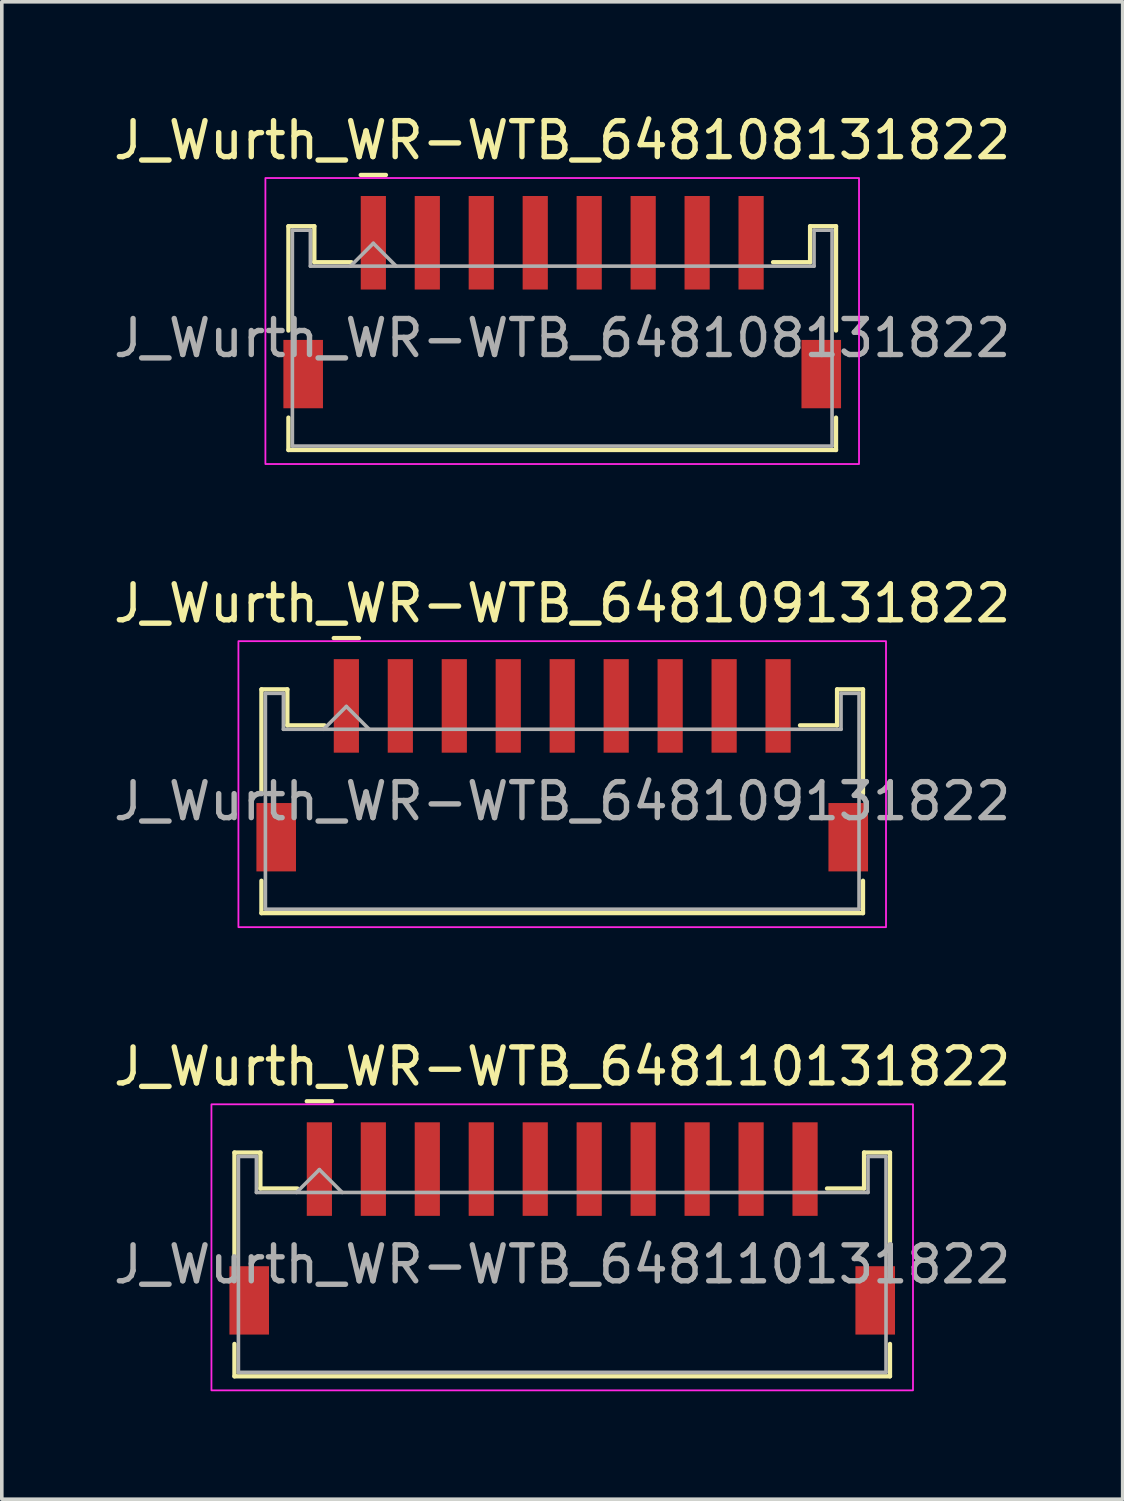
<source format=kicad_pcb>
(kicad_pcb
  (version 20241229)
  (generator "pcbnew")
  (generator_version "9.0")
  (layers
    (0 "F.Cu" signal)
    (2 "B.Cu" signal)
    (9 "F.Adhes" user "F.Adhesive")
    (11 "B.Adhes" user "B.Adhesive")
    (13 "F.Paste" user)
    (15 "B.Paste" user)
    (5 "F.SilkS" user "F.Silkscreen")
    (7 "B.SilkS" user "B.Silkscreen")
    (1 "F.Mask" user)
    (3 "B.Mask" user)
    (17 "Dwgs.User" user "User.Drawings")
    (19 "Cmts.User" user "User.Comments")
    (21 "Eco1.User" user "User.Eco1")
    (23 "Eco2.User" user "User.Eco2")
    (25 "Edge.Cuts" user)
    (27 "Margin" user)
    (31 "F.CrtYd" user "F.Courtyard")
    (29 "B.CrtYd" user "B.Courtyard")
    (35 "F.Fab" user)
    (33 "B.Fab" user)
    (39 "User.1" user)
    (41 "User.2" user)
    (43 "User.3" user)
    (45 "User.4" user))
  (footprint "J_Wurth_WR-WTB_648110131822"
    (layer "F.Cu")
    (at 12.577 32.095)
    (property "Reference" "J_Wurth_WR-WTB_648110131822" (at 0 -5.5 0) (unlocked yes) (layer "F.SilkS") (effects (font (size 1 1) (thickness 0.15))))
    (attr smd)
    (fp_line (start -9.11 -3.11) (end -8.39 -3.11) (stroke (width 0.12) (type solid)) (layer "F.SilkS"))
    (fp_line (start -9.11 -0.21) (end -9.11 -3.11) (stroke (width 0.12) (type solid)) (layer "F.SilkS"))
    (fp_line (start -9.11 3.11) (end -9.11 2.21) (stroke (width 0.12) (type solid)) (layer "F.SilkS"))
    (fp_line (start -8.39 -3.11) (end -8.39 -2.11) (stroke (width 0.12) (type solid)) (layer "F.SilkS"))
    (fp_line (start -8.39 -2.11) (end -7.36 -2.11) (stroke (width 0.12) (type solid)) (layer "F.SilkS"))
    (fp_line (start -7.1 -4.535) (end -6.4 -4.535) (stroke (width 0.12) (type solid)) (layer "F.SilkS"))
    (fp_line (start 7.36 -2.11) (end 8.39 -2.11) (stroke (width 0.12) (type solid)) (layer "F.SilkS"))
    (fp_line (start 8.39 -3.11) (end 8.39 -2.11) (stroke (width 0.12) (type solid)) (layer "F.SilkS"))
    (fp_line (start 9.11 -3.11) (end 8.39 -3.11) (stroke (width 0.12) (type solid)) (layer "F.SilkS"))
    (fp_line (start 9.11 -0.21) (end 9.11 -3.11) (stroke (width 0.12) (type solid)) (layer "F.SilkS"))
    (fp_line (start 9.11 3.11) (end -9.11 3.11) (stroke (width 0.12) (type default)) (layer "F.SilkS"))
    (fp_line (start 9.11 3.11) (end 9.11 2.21) (stroke (width 0.12) (type solid)) (layer "F.SilkS"))
    (fp_rect (start -9.75 -4.45) (end 9.75 3.5) (stroke (width 0.05) (type solid)) (fill no) (layer "F.CrtYd"))
    (fp_line (start -9 -3) (end -8.5 -3) (stroke (width 0.1) (type solid)) (layer "F.Fab"))
    (fp_line (start -9 3) (end -9 -3) (stroke (width 0.1) (type default)) (layer "F.Fab"))
    (fp_line (start -8.5 -3) (end -8.5 -2) (stroke (width 0.1) (type default)) (layer "F.Fab"))
    (fp_line (start -6.75 -2.635) (end -7.385 -2) (stroke (width 0.1) (type default)) (layer "F.Fab"))
    (fp_line (start -6.115 -2) (end -6.75 -2.635) (stroke (width 0.1) (type default)) (layer "F.Fab"))
    (fp_line (start 8.5 -3) (end 8.5 -2) (stroke (width 0.1) (type default)) (layer "F.Fab"))
    (fp_line (start 8.5 -3) (end 9 -3) (stroke (width 0.1) (type solid)) (layer "F.Fab"))
    (fp_line (start 8.5 -2) (end -8.5 -2) (stroke (width 0.1) (type default)) (layer "F.Fab"))
    (fp_line (start 9 -3) (end 9 3) (stroke (width 0.1) (type default)) (layer "F.Fab"))
    (fp_line (start 9 3) (end -9 3) (stroke (width 0.1) (type default)) (layer "F.Fab"))
    (fp_text user "${REFERENCE}" (at 0 0 0) (unlocked yes) (layer "F.Fab") (effects (font (size 1 1) (thickness 0.15))))
    (pad "1" smd rect (at -6.75 -2.65) (size 0.7 2.6) (layers "F.Cu" "F.Mask" "F.Paste"))
    (pad "2" smd rect (at -5.25 -2.65) (size 0.7 2.6) (layers "F.Cu" "F.Mask" "F.Paste"))
    (pad "3" smd rect (at -3.75 -2.65) (size 0.7 2.6) (layers "F.Cu" "F.Mask" "F.Paste"))
    (pad "4" smd rect (at -2.25 -2.65) (size 0.7 2.6) (layers "F.Cu" "F.Mask" "F.Paste"))
    (pad "5" smd rect (at -0.75 -2.65) (size 0.7 2.6) (layers "F.Cu" "F.Mask" "F.Paste"))
    (pad "6" smd rect (at 0.75 -2.65) (size 0.7 2.6) (layers "F.Cu" "F.Mask" "F.Paste"))
    (pad "7" smd rect (at 2.25 -2.65) (size 0.7 2.6) (layers "F.Cu" "F.Mask" "F.Paste"))
    (pad "8" smd rect (at 3.75 -2.65) (size 0.7 2.6) (layers "F.Cu" "F.Mask" "F.Paste"))
    (pad "9" smd rect (at 5.25 -2.65) (size 0.7 2.6) (layers "F.Cu" "F.Mask" "F.Paste"))
    (pad "10" smd rect (at 6.75 -2.65) (size 0.7 2.6) (layers "F.Cu" "F.Mask" "F.Paste"))
    (pad "MP1" smd rect (at -8.7 1) (size 1.1 1.9) (layers "F.Cu" "F.Mask" "F.Paste"))
    (pad "MP2" smd rect (at 8.7 1) (size 1.1 1.9) (layers "F.Cu" "F.Mask" "F.Paste")))
  (footprint "J_Wurth_WR-WTB_648109131822"
    (layer "F.Cu")
    (at 12.577 19.221)
    (property "Reference" "J_Wurth_WR-WTB_648109131822" (at 0 -5.5 0) (unlocked yes) (layer "F.SilkS") (effects (font (size 1 1) (thickness 0.15))))
    (attr smd)
    (fp_line (start -8.36 -3.11) (end -7.64 -3.11) (stroke (width 0.12) (type solid)) (layer "F.SilkS"))
    (fp_line (start -8.36 -0.21) (end -8.36 -3.11) (stroke (width 0.12) (type solid)) (layer "F.SilkS"))
    (fp_line (start -8.36 3.11) (end -8.36 2.21) (stroke (width 0.12) (type solid)) (layer "F.SilkS"))
    (fp_line (start -7.64 -3.11) (end -7.64 -2.11) (stroke (width 0.12) (type solid)) (layer "F.SilkS"))
    (fp_line (start -7.64 -2.11) (end -6.61 -2.11) (stroke (width 0.12) (type solid)) (layer "F.SilkS"))
    (fp_line (start -6.35 -4.535) (end -5.65 -4.535) (stroke (width 0.12) (type solid)) (layer "F.SilkS"))
    (fp_line (start 6.61 -2.11) (end 7.64 -2.11) (stroke (width 0.12) (type solid)) (layer "F.SilkS"))
    (fp_line (start 7.64 -3.11) (end 7.64 -2.11) (stroke (width 0.12) (type solid)) (layer "F.SilkS"))
    (fp_line (start 8.36 -3.11) (end 7.64 -3.11) (stroke (width 0.12) (type solid)) (layer "F.SilkS"))
    (fp_line (start 8.36 -0.21) (end 8.36 -3.11) (stroke (width 0.12) (type solid)) (layer "F.SilkS"))
    (fp_line (start 8.36 3.11) (end -8.36 3.11) (stroke (width 0.12) (type default)) (layer "F.SilkS"))
    (fp_line (start 8.36 3.11) (end 8.36 2.21) (stroke (width 0.12) (type solid)) (layer "F.SilkS"))
    (fp_rect (start -9 -4.45) (end 9 3.5) (stroke (width 0.05) (type solid)) (fill no) (layer "F.CrtYd"))
    (fp_line (start -8.25 -3) (end -7.75 -3) (stroke (width 0.1) (type solid)) (layer "F.Fab"))
    (fp_line (start -8.25 3) (end -8.25 -3) (stroke (width 0.1) (type default)) (layer "F.Fab"))
    (fp_line (start -7.75 -3) (end -7.75 -2) (stroke (width 0.1) (type default)) (layer "F.Fab"))
    (fp_line (start -6 -2.635) (end -6.635 -2) (stroke (width 0.1) (type default)) (layer "F.Fab"))
    (fp_line (start -5.365 -2) (end -6 -2.635) (stroke (width 0.1) (type default)) (layer "F.Fab"))
    (fp_line (start 7.75 -3) (end 7.75 -2) (stroke (width 0.1) (type default)) (layer "F.Fab"))
    (fp_line (start 7.75 -3) (end 8.25 -3) (stroke (width 0.1) (type solid)) (layer "F.Fab"))
    (fp_line (start 7.75 -2) (end -7.75 -2) (stroke (width 0.1) (type default)) (layer "F.Fab"))
    (fp_line (start 8.25 -3) (end 8.25 3) (stroke (width 0.1) (type default)) (layer "F.Fab"))
    (fp_line (start 8.25 3) (end -8.25 3) (stroke (width 0.1) (type default)) (layer "F.Fab"))
    (fp_text user "${REFERENCE}" (at 0 0 0) (unlocked yes) (layer "F.Fab") (effects (font (size 1 1) (thickness 0.15))))
    (pad "1" smd rect (at -6 -2.65) (size 0.7 2.6) (layers "F.Cu" "F.Mask" "F.Paste"))
    (pad "2" smd rect (at -4.5 -2.65) (size 0.7 2.6) (layers "F.Cu" "F.Mask" "F.Paste"))
    (pad "3" smd rect (at -3 -2.65) (size 0.7 2.6) (layers "F.Cu" "F.Mask" "F.Paste"))
    (pad "4" smd rect (at -1.5 -2.65) (size 0.7 2.6) (layers "F.Cu" "F.Mask" "F.Paste"))
    (pad "5" smd rect (at 0 -2.65) (size 0.7 2.6) (layers "F.Cu" "F.Mask" "F.Paste"))
    (pad "6" smd rect (at 1.5 -2.65) (size 0.7 2.6) (layers "F.Cu" "F.Mask" "F.Paste"))
    (pad "7" smd rect (at 3 -2.65) (size 0.7 2.6) (layers "F.Cu" "F.Mask" "F.Paste"))
    (pad "8" smd rect (at 4.5 -2.65) (size 0.7 2.6) (layers "F.Cu" "F.Mask" "F.Paste"))
    (pad "9" smd rect (at 6 -2.65) (size 0.7 2.6) (layers "F.Cu" "F.Mask" "F.Paste"))
    (pad "MP1" smd rect (at -7.95 1) (size 1.1 1.9) (layers "F.Cu" "F.Mask" "F.Paste"))
    (pad "MP2" smd rect (at 7.95 1) (size 1.1 1.9) (layers "F.Cu" "F.Mask" "F.Paste")))
  (footprint "J_Wurth_WR-WTB_648108131822"
    (layer "F.Cu")
    (at 12.577 6.348)
    (property "Reference" "J_Wurth_WR-WTB_648108131822" (at 0 -5.5 0) (unlocked yes) (layer "F.SilkS") (effects (font (size 1 1) (thickness 0.15))))
    (attr smd)
    (fp_line (start -7.61 -3.11) (end -6.89 -3.11) (stroke (width 0.12) (type solid)) (layer "F.SilkS"))
    (fp_line (start -7.61 -0.21) (end -7.61 -3.11) (stroke (width 0.12) (type solid)) (layer "F.SilkS"))
    (fp_line (start -7.61 3.11) (end -7.61 2.21) (stroke (width 0.12) (type solid)) (layer "F.SilkS"))
    (fp_line (start -6.89 -3.11) (end -6.89 -2.11) (stroke (width 0.12) (type solid)) (layer "F.SilkS"))
    (fp_line (start -6.89 -2.11) (end -5.86 -2.11) (stroke (width 0.12) (type solid)) (layer "F.SilkS"))
    (fp_line (start -5.6 -4.535) (end -4.9 -4.535) (stroke (width 0.12) (type solid)) (layer "F.SilkS"))
    (fp_line (start 5.86 -2.11) (end 6.89 -2.11) (stroke (width 0.12) (type solid)) (layer "F.SilkS"))
    (fp_line (start 6.89 -3.11) (end 6.89 -2.11) (stroke (width 0.12) (type solid)) (layer "F.SilkS"))
    (fp_line (start 7.61 -3.11) (end 6.89 -3.11) (stroke (width 0.12) (type solid)) (layer "F.SilkS"))
    (fp_line (start 7.61 -0.21) (end 7.61 -3.11) (stroke (width 0.12) (type solid)) (layer "F.SilkS"))
    (fp_line (start 7.61 3.11) (end -7.61 3.11) (stroke (width 0.12) (type default)) (layer "F.SilkS"))
    (fp_line (start 7.61 3.11) (end 7.61 2.21) (stroke (width 0.12) (type solid)) (layer "F.SilkS"))
    (fp_rect (start -8.25 -4.45) (end 8.25 3.5) (stroke (width 0.05) (type solid)) (fill no) (layer "F.CrtYd"))
    (fp_line (start -7.5 -3) (end -7 -3) (stroke (width 0.1) (type solid)) (layer "F.Fab"))
    (fp_line (start -7.5 3) (end -7.5 -3) (stroke (width 0.1) (type default)) (layer "F.Fab"))
    (fp_line (start -7 -3) (end -7 -2) (stroke (width 0.1) (type default)) (layer "F.Fab"))
    (fp_line (start -5.25 -2.635) (end -5.885 -2) (stroke (width 0.1) (type default)) (layer "F.Fab"))
    (fp_line (start -4.615 -2) (end -5.25 -2.635) (stroke (width 0.1) (type default)) (layer "F.Fab"))
    (fp_line (start 7 -3) (end 7 -2) (stroke (width 0.1) (type default)) (layer "F.Fab"))
    (fp_line (start 7 -3) (end 7.5 -3) (stroke (width 0.1) (type solid)) (layer "F.Fab"))
    (fp_line (start 7 -2) (end -7 -2) (stroke (width 0.1) (type default)) (layer "F.Fab"))
    (fp_line (start 7.5 -3) (end 7.5 3) (stroke (width 0.1) (type default)) (layer "F.Fab"))
    (fp_line (start 7.5 3) (end -7.5 3) (stroke (width 0.1) (type default)) (layer "F.Fab"))
    (fp_text user "${REFERENCE}" (at 0 0 0) (unlocked yes) (layer "F.Fab") (effects (font (size 1 1) (thickness 0.15))))
    (pad "1" smd rect (at -5.25 -2.65) (size 0.7 2.6) (layers "F.Cu" "F.Mask" "F.Paste"))
    (pad "2" smd rect (at -3.75 -2.65) (size 0.7 2.6) (layers "F.Cu" "F.Mask" "F.Paste"))
    (pad "3" smd rect (at -2.25 -2.65) (size 0.7 2.6) (layers "F.Cu" "F.Mask" "F.Paste"))
    (pad "4" smd rect (at -0.75 -2.65) (size 0.7 2.6) (layers "F.Cu" "F.Mask" "F.Paste"))
    (pad "5" smd rect (at 0.75 -2.65) (size 0.7 2.6) (layers "F.Cu" "F.Mask" "F.Paste"))
    (pad "6" smd rect (at 2.25 -2.65) (size 0.7 2.6) (layers "F.Cu" "F.Mask" "F.Paste"))
    (pad "7" smd rect (at 3.75 -2.65) (size 0.7 2.6) (layers "F.Cu" "F.Mask" "F.Paste"))
    (pad "8" smd rect (at 5.25 -2.65) (size 0.7 2.6) (layers "F.Cu" "F.Mask" "F.Paste"))
    (pad "MP1" smd rect (at -7.2 1) (size 1.1 1.9) (layers "F.Cu" "F.Mask" "F.Paste"))
    (pad "MP2" smd rect (at 7.2 1) (size 1.1 1.9) (layers "F.Cu" "F.Mask" "F.Paste")))
  (gr_rect
    (start -3 -3)
    (end 28.155 38.62)
    (stroke (width 0.1) (type default))
    (fill no)
    (layer "Edge.Cuts")))
</source>
